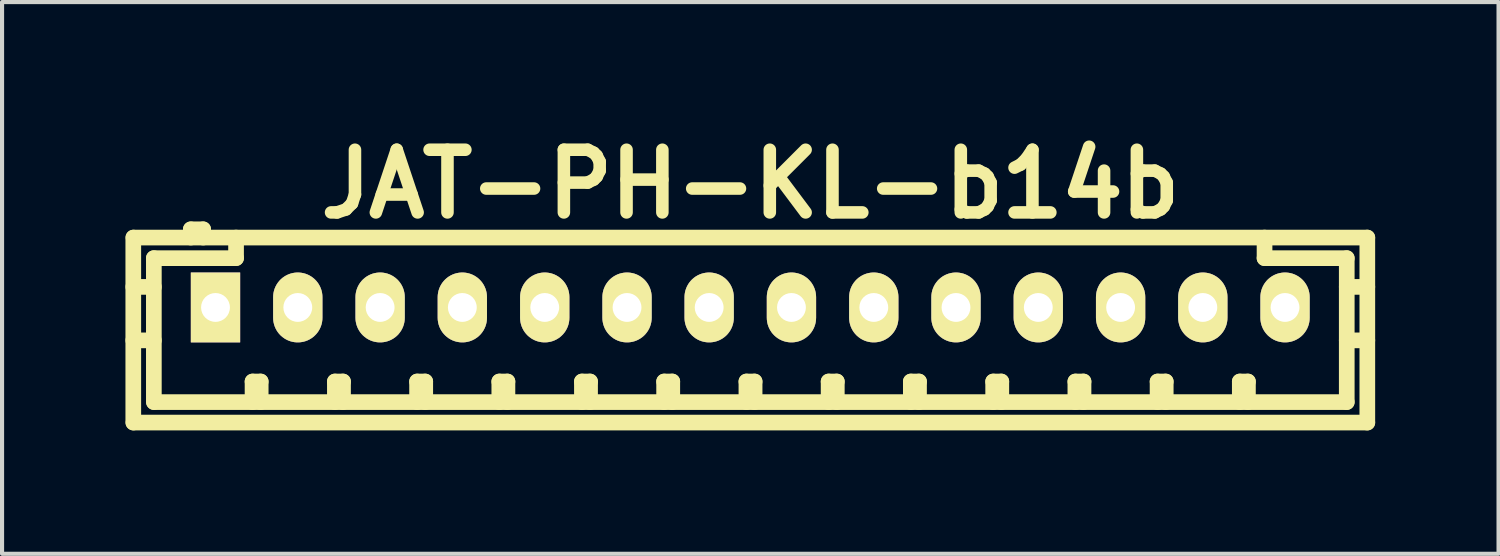
<source format=kicad_pcb>
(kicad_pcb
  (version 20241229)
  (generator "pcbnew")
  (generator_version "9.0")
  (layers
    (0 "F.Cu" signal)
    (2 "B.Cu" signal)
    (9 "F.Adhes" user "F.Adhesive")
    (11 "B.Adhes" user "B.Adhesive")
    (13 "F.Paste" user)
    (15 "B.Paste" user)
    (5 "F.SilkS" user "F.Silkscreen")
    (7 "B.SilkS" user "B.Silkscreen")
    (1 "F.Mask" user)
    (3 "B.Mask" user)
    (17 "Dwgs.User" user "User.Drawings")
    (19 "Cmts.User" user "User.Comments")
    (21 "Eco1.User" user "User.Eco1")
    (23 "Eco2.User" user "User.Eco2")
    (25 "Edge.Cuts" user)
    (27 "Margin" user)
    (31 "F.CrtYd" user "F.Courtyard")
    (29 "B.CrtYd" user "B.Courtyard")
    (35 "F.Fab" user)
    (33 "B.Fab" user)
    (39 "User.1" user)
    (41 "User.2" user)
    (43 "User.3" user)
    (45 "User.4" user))
  (footprint "JAT-PH-KL-b14b"
    (layer "F.Cu")
    (at 15.197 4.426)
    (property "Reference" "JAT-PH-KL-b14b" (at 0 -3 0) (layer "F.SilkS") (effects (font (size 1.524 1.524) (thickness 0.305))))
    (attr through_hole)
    (fp_line (start -15.006 -1.699) (end -15.006 2.799) (stroke (width 0.381) (type solid)) (layer "F.SilkS"))
    (fp_line (start -15.001 -1.699) (end 15.001 -1.699) (stroke (width 0.381) (type solid)) (layer "F.SilkS"))
    (fp_line (start -15.001 2.799) (end 15.001 2.799) (stroke (width 0.381) (type solid)) (layer "F.SilkS"))
    (fp_line (start -14.506 -1.199) (end -14.506 2.301) (stroke (width 0.381) (type solid)) (layer "F.SilkS"))
    (fp_line (start -14.506 -0.5) (end -15.006 -0.5) (stroke (width 0.381) (type solid)) (layer "F.SilkS"))
    (fp_line (start -14.506 0.8) (end -15.006 0.8) (stroke (width 0.381) (type solid)) (layer "F.SilkS"))
    (fp_line (start -13.607 -1.9) (end -13.607 -1.699) (stroke (width 0.381) (type solid)) (layer "F.SilkS"))
    (fp_line (start -13.307 -1.9) (end -13.607 -1.9) (stroke (width 0.381) (type solid)) (layer "F.SilkS"))
    (fp_line (start -13.307 -1.699) (end -13.307 -1.9) (stroke (width 0.381) (type solid)) (layer "F.SilkS"))
    (fp_line (start -12.507 -1.699) (end -12.507 -1.199) (stroke (width 0.381) (type solid)) (layer "F.SilkS"))
    (fp_line (start -12.507 -1.199) (end -14.506 -1.199) (stroke (width 0.381) (type solid)) (layer "F.SilkS"))
    (fp_line (start -12.106 1.801) (end -11.908 1.801) (stroke (width 0.381) (type solid)) (layer "F.SilkS"))
    (fp_line (start -12.106 2.301) (end -12.106 1.801) (stroke (width 0.381) (type solid)) (layer "F.SilkS"))
    (fp_line (start -11.908 1.801) (end -11.908 2.301) (stroke (width 0.381) (type solid)) (layer "F.SilkS"))
    (fp_line (start -10.104 1.801) (end -9.906 1.801) (stroke (width 0.381) (type solid)) (layer "F.SilkS"))
    (fp_line (start -10.104 2.301) (end -10.104 1.801) (stroke (width 0.381) (type solid)) (layer "F.SilkS"))
    (fp_line (start -9.906 1.801) (end -9.906 2.301) (stroke (width 0.381) (type solid)) (layer "F.SilkS"))
    (fp_line (start -8.105 1.801) (end -7.907 1.801) (stroke (width 0.381) (type solid)) (layer "F.SilkS"))
    (fp_line (start -8.105 2.301) (end -8.105 1.801) (stroke (width 0.381) (type solid)) (layer "F.SilkS"))
    (fp_line (start -7.907 1.801) (end -7.907 2.301) (stroke (width 0.381) (type solid)) (layer "F.SilkS"))
    (fp_line (start -6.106 1.801) (end -5.908 1.801) (stroke (width 0.381) (type solid)) (layer "F.SilkS"))
    (fp_line (start -6.106 2.301) (end -6.106 1.801) (stroke (width 0.381) (type solid)) (layer "F.SilkS"))
    (fp_line (start -5.908 1.801) (end -5.908 2.301) (stroke (width 0.381) (type solid)) (layer "F.SilkS"))
    (fp_line (start -4.097 1.801) (end -3.899 1.801) (stroke (width 0.381) (type solid)) (layer "F.SilkS"))
    (fp_line (start -4.097 2.301) (end -4.097 1.801) (stroke (width 0.381) (type solid)) (layer "F.SilkS"))
    (fp_line (start -3.899 1.801) (end -3.899 2.301) (stroke (width 0.381) (type solid)) (layer "F.SilkS"))
    (fp_line (start -2.098 1.801) (end -1.9 1.801) (stroke (width 0.381) (type solid)) (layer "F.SilkS"))
    (fp_line (start -2.098 2.301) (end -2.098 1.801) (stroke (width 0.381) (type solid)) (layer "F.SilkS"))
    (fp_line (start -1.9 1.801) (end -1.9 2.301) (stroke (width 0.381) (type solid)) (layer "F.SilkS"))
    (fp_line (start -0.097 1.801) (end 0.102 1.801) (stroke (width 0.381) (type solid)) (layer "F.SilkS"))
    (fp_line (start -0.097 2.301) (end -0.097 1.801) (stroke (width 0.381) (type solid)) (layer "F.SilkS"))
    (fp_line (start 0.102 1.801) (end 0.102 2.301) (stroke (width 0.381) (type solid)) (layer "F.SilkS"))
    (fp_line (start 1.902 1.801) (end 2.101 1.801) (stroke (width 0.381) (type solid)) (layer "F.SilkS"))
    (fp_line (start 1.902 2.301) (end 1.902 1.801) (stroke (width 0.381) (type solid)) (layer "F.SilkS"))
    (fp_line (start 2.101 1.801) (end 2.101 2.301) (stroke (width 0.381) (type solid)) (layer "F.SilkS"))
    (fp_line (start 3.901 1.801) (end 4.1 1.801) (stroke (width 0.381) (type solid)) (layer "F.SilkS"))
    (fp_line (start 3.901 2.301) (end 3.901 1.801) (stroke (width 0.381) (type solid)) (layer "F.SilkS"))
    (fp_line (start 4.1 1.801) (end 4.1 2.301) (stroke (width 0.381) (type solid)) (layer "F.SilkS"))
    (fp_line (start 5.903 1.801) (end 6.101 1.801) (stroke (width 0.381) (type solid)) (layer "F.SilkS"))
    (fp_line (start 5.903 2.301) (end 5.903 1.801) (stroke (width 0.381) (type solid)) (layer "F.SilkS"))
    (fp_line (start 6.101 1.801) (end 6.101 2.301) (stroke (width 0.381) (type solid)) (layer "F.SilkS"))
    (fp_line (start 7.902 1.801) (end 8.1 1.801) (stroke (width 0.381) (type solid)) (layer "F.SilkS"))
    (fp_line (start 7.902 2.301) (end 7.902 1.801) (stroke (width 0.381) (type solid)) (layer "F.SilkS"))
    (fp_line (start 8.1 1.801) (end 8.1 2.301) (stroke (width 0.381) (type solid)) (layer "F.SilkS"))
    (fp_line (start 9.901 1.801) (end 10.099 1.801) (stroke (width 0.381) (type solid)) (layer "F.SilkS"))
    (fp_line (start 9.901 2.301) (end 9.901 1.801) (stroke (width 0.381) (type solid)) (layer "F.SilkS"))
    (fp_line (start 10.099 1.801) (end 10.099 2.301) (stroke (width 0.381) (type solid)) (layer "F.SilkS"))
    (fp_line (start 11.9 1.801) (end 12.098 1.801) (stroke (width 0.381) (type solid)) (layer "F.SilkS"))
    (fp_line (start 11.9 2.301) (end 11.9 1.801) (stroke (width 0.381) (type solid)) (layer "F.SilkS"))
    (fp_line (start 12.098 1.801) (end 12.098 2.301) (stroke (width 0.381) (type solid)) (layer "F.SilkS"))
    (fp_line (start 12.502 -1.199) (end 12.502 -1.699) (stroke (width 0.381) (type solid)) (layer "F.SilkS"))
    (fp_line (start 14.501 -1.199) (end 12.502 -1.199) (stroke (width 0.381) (type solid)) (layer "F.SilkS"))
    (fp_line (start 14.501 0.8) (end 15.001 0.8) (stroke (width 0.381) (type solid)) (layer "F.SilkS"))
    (fp_line (start 14.501 2.301) (end -14.501 2.301) (stroke (width 0.381) (type solid)) (layer "F.SilkS"))
    (fp_line (start 14.501 2.301) (end 14.501 -1.199) (stroke (width 0.381) (type solid)) (layer "F.SilkS"))
    (fp_line (start 15.001 -1.699) (end 15.001 2.799) (stroke (width 0.381) (type solid)) (layer "F.SilkS"))
    (fp_line (start 15.001 -0.5) (end 14.501 -0.5) (stroke (width 0.381) (type solid)) (layer "F.SilkS"))
    (pad "1" thru_hole rect (at -13.007 0) (size 1.199 1.699) (drill 0.701) (layers "*.Cu" "*.Mask" "F.SilkS"))
    (pad "2" thru_hole oval (at -11.006 0) (size 1.199 1.699) (drill 0.701) (layers "*.Cu" "*.Mask" "F.SilkS"))
    (pad "3" thru_hole oval (at -9.004 0) (size 1.199 1.699) (drill 0.701) (layers "*.Cu" "*.Mask" "F.SilkS"))
    (pad "4" thru_hole oval (at -7.005 0) (size 1.199 1.699) (drill 0.701) (layers "*.Cu" "*.Mask" "F.SilkS"))
    (pad "5" thru_hole oval (at -5.001 0) (size 1.199 1.699) (drill 0.701) (layers "*.Cu" "*.Mask" "F.SilkS"))
    (pad "6" thru_hole oval (at -3 0) (size 1.199 1.699) (drill 0.701) (layers "*.Cu" "*.Mask" "F.SilkS"))
    (pad "7" thru_hole oval (at -1.003 0) (size 1.199 1.699) (drill 0.701) (layers "*.Cu" "*.Mask" "F.SilkS"))
    (pad "8" thru_hole oval (at 0.998 0) (size 1.199 1.699) (drill 0.701) (layers "*.Cu" "*.Mask" "F.SilkS"))
    (pad "9" thru_hole oval (at 3 0) (size 1.199 1.699) (drill 0.701) (layers "*.Cu" "*.Mask" "F.SilkS"))
    (pad "10" thru_hole oval (at 4.999 0) (size 1.199 1.699) (drill 0.701) (layers "*.Cu" "*.Mask" "F.SilkS"))
    (pad "11" thru_hole oval (at 7 0) (size 1.199 1.699) (drill 0.701) (layers "*.Cu" "*.Mask" "F.SilkS"))
    (pad "12" thru_hole oval (at 9.002 0) (size 1.199 1.699) (drill 0.701) (layers "*.Cu" "*.Mask" "F.SilkS"))
    (pad "13" thru_hole oval (at 11.001 0) (size 1.199 1.699) (drill 0.701) (layers "*.Cu" "*.Mask" "F.SilkS"))
    (pad "14" thru_hole oval (at 13 0) (size 1.199 1.699) (drill 0.701) (layers "*.Cu" "*.Mask" "F.SilkS")))
  (gr_rect
    (start -3 -3)
    (end 33.389 10.416)
    (stroke (width 0.1) (type default))
    (fill no)
    (layer "Edge.Cuts")))
</source>
